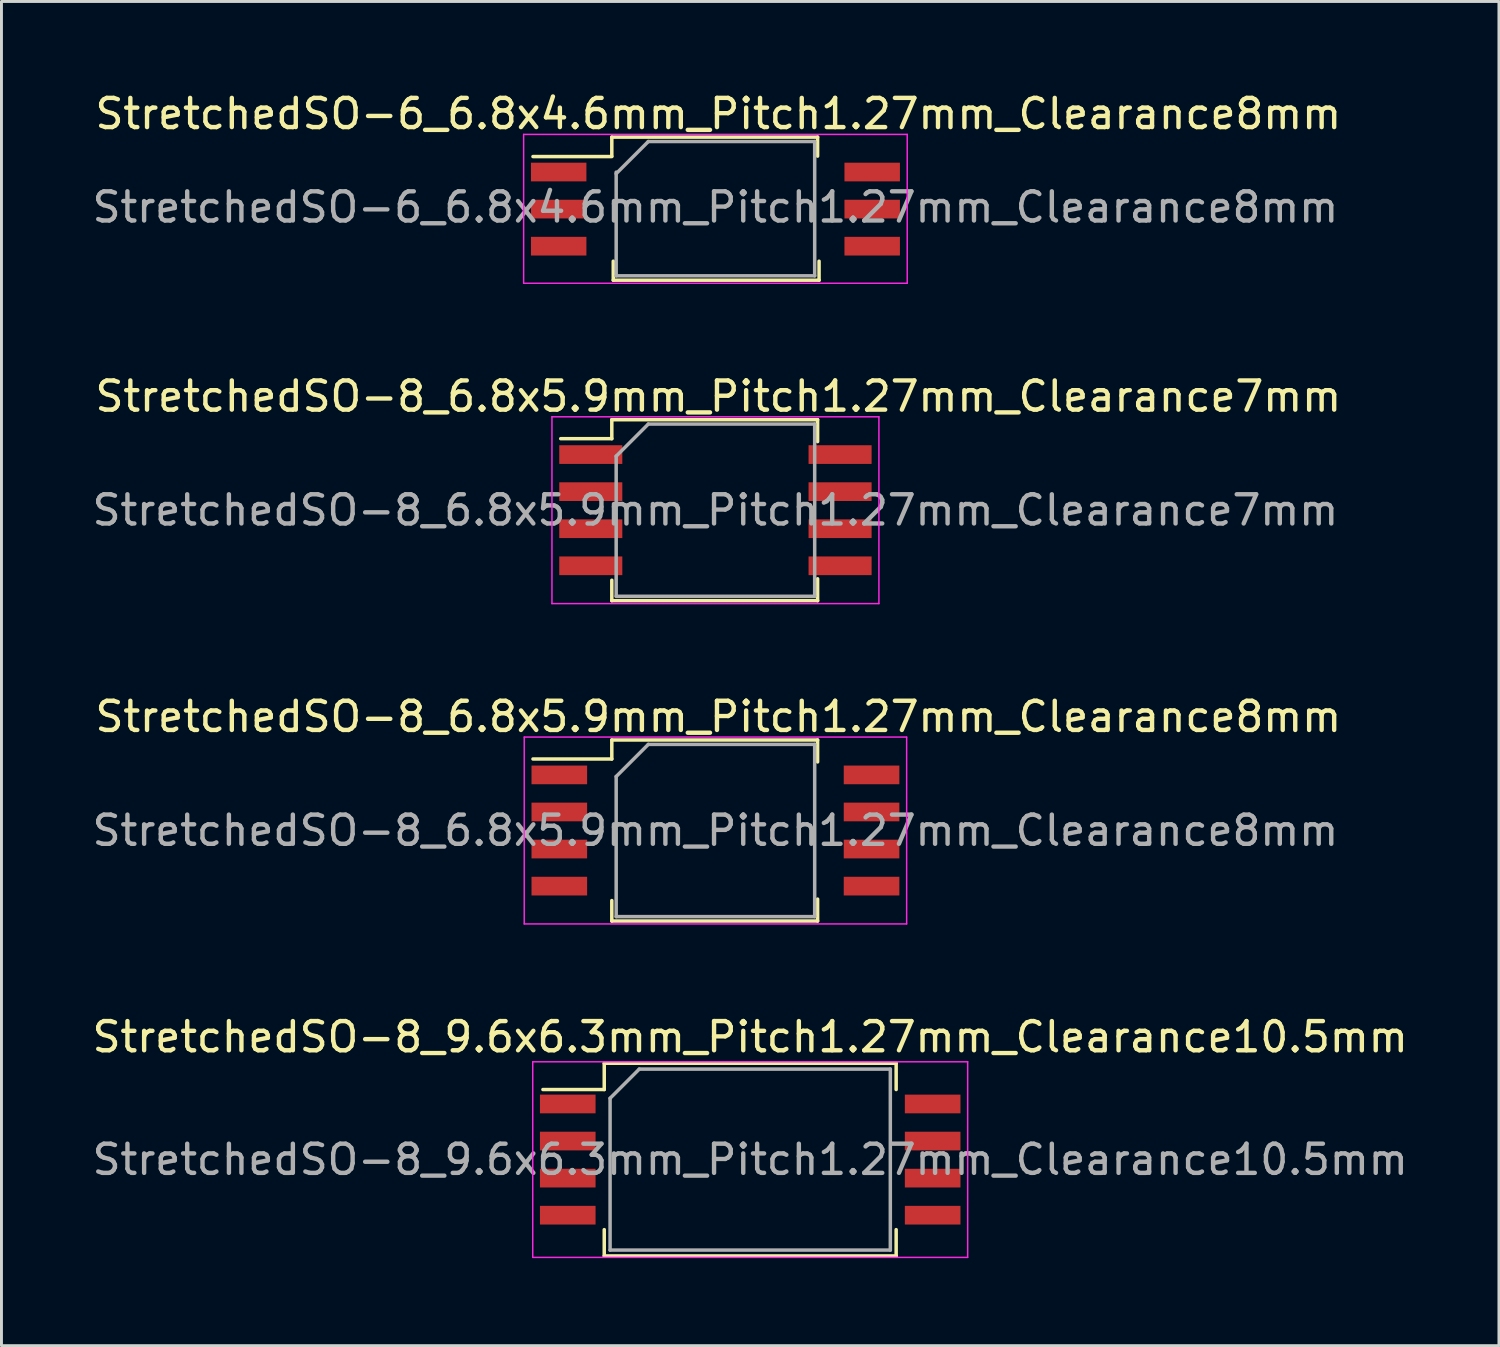
<source format=kicad_pcb>
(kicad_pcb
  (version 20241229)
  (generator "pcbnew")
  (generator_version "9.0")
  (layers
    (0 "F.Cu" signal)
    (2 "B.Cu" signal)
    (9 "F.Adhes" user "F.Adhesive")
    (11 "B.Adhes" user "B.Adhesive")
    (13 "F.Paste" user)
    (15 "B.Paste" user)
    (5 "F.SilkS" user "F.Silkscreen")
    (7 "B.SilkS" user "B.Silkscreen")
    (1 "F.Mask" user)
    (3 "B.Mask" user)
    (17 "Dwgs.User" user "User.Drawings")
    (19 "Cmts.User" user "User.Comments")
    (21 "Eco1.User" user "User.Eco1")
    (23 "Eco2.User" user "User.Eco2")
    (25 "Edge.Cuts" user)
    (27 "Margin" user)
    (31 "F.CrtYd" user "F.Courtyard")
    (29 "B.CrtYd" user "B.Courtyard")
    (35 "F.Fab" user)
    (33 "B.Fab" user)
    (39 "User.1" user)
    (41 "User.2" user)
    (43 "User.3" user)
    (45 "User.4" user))
  (footprint "StretchedSO-8_9.6x6.3mm_Pitch1.27mm_Clearance10.5mm"
    (layer "F.Cu")
    (at 22.649 36.673)
    (property "Reference" "StretchedSO-8_9.6x6.3mm_Pitch1.27mm_Clearance10.5mm" (at 0 -4.2 0) (layer "F.SilkS") (effects (font (size 1 1) (thickness 0.15))))
    (attr smd)
    (fp_line (start -7.1 -2.4) (end -5 -2.4) (stroke (width 0.12) (type solid)) (layer "F.SilkS"))
    (fp_line (start -5 -3.3) (end 5 -3.3) (stroke (width 0.12) (type solid)) (layer "F.SilkS"))
    (fp_line (start -5 -2.4) (end -5 -3.3) (stroke (width 0.12) (type solid)) (layer "F.SilkS"))
    (fp_line (start -5 3.3) (end -5 2.4) (stroke (width 0.12) (type solid)) (layer "F.SilkS"))
    (fp_line (start 5 -3.3) (end 5 -2.4) (stroke (width 0.12) (type solid)) (layer "F.SilkS"))
    (fp_line (start 5 2.4) (end 5 3.3) (stroke (width 0.12) (type solid)) (layer "F.SilkS"))
    (fp_line (start 5 3.3) (end -5 3.3) (stroke (width 0.12) (type solid)) (layer "F.SilkS"))
    (fp_line (start -7.45 -3.35) (end -7.45 3.35) (stroke (width 0.05) (type solid)) (layer "F.CrtYd"))
    (fp_line (start -7.45 -3.35) (end 7.45 -3.35) (stroke (width 0.05) (type solid)) (layer "F.CrtYd"))
    (fp_line (start 7.45 3.35) (end -7.45 3.35) (stroke (width 0.05) (type solid)) (layer "F.CrtYd"))
    (fp_line (start 7.45 3.35) (end 7.45 -3.35) (stroke (width 0.05) (type solid)) (layer "F.CrtYd"))
    (fp_line (start -4.8 -2.1) (end -4.8 3.1) (stroke (width 0.12) (type solid)) (layer "F.Fab"))
    (fp_line (start -4.8 3.1) (end 4.8 3.1) (stroke (width 0.12) (type solid)) (layer "F.Fab"))
    (fp_line (start -3.8 -3.1) (end -4.8 -2.1) (stroke (width 0.12) (type solid)) (layer "F.Fab"))
    (fp_line (start 4.8 -3.1) (end -3.8 -3.1) (stroke (width 0.12) (type solid)) (layer "F.Fab"))
    (fp_line (start 4.8 3.1) (end 4.8 -3.1) (stroke (width 0.12) (type solid)) (layer "F.Fab"))
    (fp_text user "${REFERENCE}" (at 0 0 0) (layer "F.Fab") (effects (font (size 1 1) (thickness 0.15))))
    (pad "1" smd rect (at -6.25 -1.905) (size 1.905 0.64) (layers "F.Cu" "F.Mask" "F.Paste"))
    (pad "2" smd rect (at -6.25 -0.635) (size 1.905 0.64) (layers "F.Cu" "F.Mask" "F.Paste"))
    (pad "3" smd rect (at -6.25 0.635) (size 1.905 0.64) (layers "F.Cu" "F.Mask" "F.Paste"))
    (pad "4" smd rect (at -6.25 1.905) (size 1.905 0.64) (layers "F.Cu" "F.Mask" "F.Paste"))
    (pad "5" smd rect (at 6.25 1.905) (size 1.905 0.64) (layers "F.Cu" "F.Mask" "F.Paste"))
    (pad "6" smd rect (at 6.25 0.635) (size 1.905 0.64) (layers "F.Cu" "F.Mask" "F.Paste"))
    (pad "7" smd rect (at 6.25 -0.635) (size 1.905 0.64) (layers "F.Cu" "F.Mask" "F.Paste"))
    (pad "8" smd rect (at 6.25 -1.905) (size 1.905 0.64) (layers "F.Cu" "F.Mask" "F.Paste")))
  (footprint "StretchedSO-8_6.8x5.9mm_Pitch1.27mm_Clearance7mm"
    (layer "F.Cu")
    (at 21.458 14.427)
    (property "Reference" "StretchedSO-8_6.8x5.9mm_Pitch1.27mm_Clearance7mm" (at 0.1 -3.9 0) (layer "F.SilkS") (effects (font (size 1 1) (thickness 0.15))))
    (attr smd)
    (fp_line (start -3.55 -3.1) (end -3.55 -2.45) (stroke (width 0.12) (type solid)) (layer "F.SilkS"))
    (fp_line (start -3.55 -2.45) (end -5.3 -2.45) (stroke (width 0.12) (type solid)) (layer "F.SilkS"))
    (fp_line (start -3.55 2.4) (end -3.55 3.1) (stroke (width 0.12) (type solid)) (layer "F.SilkS"))
    (fp_line (start -3.55 3.1) (end 3.5 3.1) (stroke (width 0.12) (type solid)) (layer "F.SilkS"))
    (fp_line (start 3.5 -3.1) (end -3.55 -3.1) (stroke (width 0.12) (type solid)) (layer "F.SilkS"))
    (fp_line (start 3.5 -2.35) (end 3.5 -3.1) (stroke (width 0.12) (type solid)) (layer "F.SilkS"))
    (fp_line (start 3.5 3.1) (end 3.5 2.35) (stroke (width 0.12) (type solid)) (layer "F.SilkS"))
    (fp_line (start -5.6 -3.2) (end -5.6 3.2) (stroke (width 0.05) (type solid)) (layer "F.CrtYd"))
    (fp_line (start -5.6 -3.2) (end 5.6 -3.2) (stroke (width 0.05) (type solid)) (layer "F.CrtYd"))
    (fp_line (start 5.6 3.2) (end -5.6 3.2) (stroke (width 0.05) (type solid)) (layer "F.CrtYd"))
    (fp_line (start 5.6 3.2) (end 5.6 -3.2) (stroke (width 0.05) (type solid)) (layer "F.CrtYd"))
    (fp_line (start -3.4 -1.85) (end -3.4 2.95) (stroke (width 0.12) (type solid)) (layer "F.Fab"))
    (fp_line (start -3.4 2.95) (end 3.4 2.95) (stroke (width 0.12) (type solid)) (layer "F.Fab"))
    (fp_line (start -2.3 -2.95) (end -3.4 -1.85) (stroke (width 0.12) (type solid)) (layer "F.Fab"))
    (fp_line (start 3.4 -2.95) (end -2.3 -2.95) (stroke (width 0.12) (type solid)) (layer "F.Fab"))
    (fp_line (start 3.4 2.95) (end 3.4 -2.95) (stroke (width 0.12) (type solid)) (layer "F.Fab"))
    (fp_text user "${REFERENCE}" (at 0 0 0) (layer "F.Fab") (effects (font (size 1 1) (thickness 0.15))))
    (pad "1" smd rect (at -4.27 -1.905) (size 2.16 0.64) (layers "F.Cu" "F.Mask" "F.Paste"))
    (pad "2" smd rect (at -4.27 -0.635) (size 2.16 0.64) (layers "F.Cu" "F.Mask" "F.Paste"))
    (pad "3" smd rect (at -4.27 0.635) (size 2.16 0.64) (layers "F.Cu" "F.Mask" "F.Paste"))
    (pad "4" smd rect (at -4.27 1.905) (size 2.16 0.64) (layers "F.Cu" "F.Mask" "F.Paste"))
    (pad "5" smd rect (at 4.27 1.905) (size 2.16 0.64) (layers "F.Cu" "F.Mask" "F.Paste"))
    (pad "6" smd rect (at 4.27 0.635) (size 2.16 0.64) (layers "F.Cu" "F.Mask" "F.Paste"))
    (pad "7" smd rect (at 4.27 -0.635) (size 2.16 0.64) (layers "F.Cu" "F.Mask" "F.Paste"))
    (pad "8" smd rect (at 4.27 -1.905) (size 2.16 0.64) (layers "F.Cu" "F.Mask" "F.Paste")))
  (footprint "StretchedSO-6_6.8x4.6mm_Pitch1.27mm_Clearance8mm"
    (layer "F.Cu")
    (at 21.458 4.113)
    (property "Reference" "StretchedSO-6_6.8x4.6mm_Pitch1.27mm_Clearance8mm" (at 0.1 -3.265 0) (layer "F.SilkS") (effects (font (size 1 1) (thickness 0.15))))
    (attr smd)
    (fp_line (start -3.55 -2.465) (end -3.55 -1.815) (stroke (width 0.12) (type solid)) (layer "F.SilkS"))
    (fp_line (start -3.55 -1.8) (end -6.25 -1.8) (stroke (width 0.12) (type solid)) (layer "F.SilkS"))
    (fp_line (start -3.5 1.785) (end -3.5 2.435) (stroke (width 0.12) (type solid)) (layer "F.SilkS"))
    (fp_line (start -3.5 2.435) (end 3.55 2.435) (stroke (width 0.12) (type solid)) (layer "F.SilkS"))
    (fp_line (start 3.5 -2.465) (end -3.55 -2.465) (stroke (width 0.12) (type solid)) (layer "F.SilkS"))
    (fp_line (start 3.5 -2.465) (end 3.5 -1.815) (stroke (width 0.12) (type solid)) (layer "F.SilkS"))
    (fp_line (start 3.55 1.785) (end 3.55 2.435) (stroke (width 0.12) (type solid)) (layer "F.SilkS"))
    (fp_line (start -6.57 -2.56) (end -6.57 2.54) (stroke (width 0.05) (type solid)) (layer "F.CrtYd"))
    (fp_line (start -6.57 -2.56) (end 6.57 -2.56) (stroke (width 0.05) (type solid)) (layer "F.CrtYd"))
    (fp_line (start 6.57 2.54) (end -6.57 2.54) (stroke (width 0.05) (type solid)) (layer "F.CrtYd"))
    (fp_line (start 6.57 2.54) (end 6.57 -2.56) (stroke (width 0.05) (type solid)) (layer "F.CrtYd"))
    (fp_line (start -3.4 2.285) (end -3.4 -1.265) (stroke (width 0.12) (type solid)) (layer "F.Fab"))
    (fp_line (start -2.3 -2.315) (end -3.4 -1.215) (stroke (width 0.12) (type solid)) (layer "F.Fab"))
    (fp_line (start 3.4 -2.315) (end -2.3 -2.315) (stroke (width 0.12) (type solid)) (layer "F.Fab"))
    (fp_line (start 3.4 -2.315) (end 3.4 2.285) (stroke (width 0.12) (type solid)) (layer "F.Fab"))
    (fp_line (start 3.4 2.285) (end -3.4 2.285) (stroke (width 0.12) (type solid)) (layer "F.Fab"))
    (fp_text user "${REFERENCE}" (at 0 -0.065 0) (layer "F.Fab") (effects (font (size 1 1) (thickness 0.15))))
    (pad "1" smd rect (at -5.37 -1.27) (size 1.9 0.64) (layers "F.Cu" "F.Mask" "F.Paste"))
    (pad "2" smd rect (at -5.37 0) (size 1.9 0.64) (layers "F.Cu" "F.Mask" "F.Paste"))
    (pad "3" smd rect (at -5.37 1.27) (size 1.9 0.64) (layers "F.Cu" "F.Mask" "F.Paste"))
    (pad "4" smd rect (at 5.37 1.27) (size 1.9 0.64) (layers "F.Cu" "F.Mask" "F.Paste"))
    (pad "5" smd rect (at 5.37 0) (size 1.9 0.64) (layers "F.Cu" "F.Mask" "F.Paste"))
    (pad "6" smd rect (at 5.37 -1.27) (size 1.9 0.64) (layers "F.Cu" "F.Mask" "F.Paste")))
  (footprint "StretchedSO-8_6.8x5.9mm_Pitch1.27mm_Clearance8mm"
    (layer "F.Cu")
    (at 21.458 25.4)
    (property "Reference" "StretchedSO-8_6.8x5.9mm_Pitch1.27mm_Clearance8mm" (at 0.1 -3.9 0) (layer "F.SilkS") (effects (font (size 1 1) (thickness 0.15))))
    (attr smd)
    (fp_line (start -3.55 -3.1) (end -3.55 -2.45) (stroke (width 0.12) (type solid)) (layer "F.SilkS"))
    (fp_line (start -3.55 -2.45) (end -6.25 -2.45) (stroke (width 0.12) (type solid)) (layer "F.SilkS"))
    (fp_line (start -3.55 2.4) (end -3.55 3.1) (stroke (width 0.12) (type solid)) (layer "F.SilkS"))
    (fp_line (start -3.55 3.1) (end 3.5 3.1) (stroke (width 0.12) (type solid)) (layer "F.SilkS"))
    (fp_line (start 3.5 -3.1) (end -3.55 -3.1) (stroke (width 0.12) (type solid)) (layer "F.SilkS"))
    (fp_line (start 3.5 -2.35) (end 3.5 -3.1) (stroke (width 0.12) (type solid)) (layer "F.SilkS"))
    (fp_line (start 3.5 3.1) (end 3.5 2.35) (stroke (width 0.12) (type solid)) (layer "F.SilkS"))
    (fp_line (start -6.55 -3.2) (end -6.55 3.2) (stroke (width 0.05) (type solid)) (layer "F.CrtYd"))
    (fp_line (start -6.55 -3.2) (end 6.55 -3.2) (stroke (width 0.05) (type solid)) (layer "F.CrtYd"))
    (fp_line (start 6.55 3.2) (end -6.55 3.2) (stroke (width 0.05) (type solid)) (layer "F.CrtYd"))
    (fp_line (start 6.55 3.2) (end 6.55 -3.2) (stroke (width 0.05) (type solid)) (layer "F.CrtYd"))
    (fp_line (start -3.4 -1.85) (end -3.4 2.95) (stroke (width 0.12) (type solid)) (layer "F.Fab"))
    (fp_line (start -3.4 2.95) (end 3.4 2.95) (stroke (width 0.12) (type solid)) (layer "F.Fab"))
    (fp_line (start -2.3 -2.95) (end -3.4 -1.85) (stroke (width 0.12) (type solid)) (layer "F.Fab"))
    (fp_line (start 3.4 -2.95) (end -2.3 -2.95) (stroke (width 0.12) (type solid)) (layer "F.Fab"))
    (fp_line (start 3.4 2.95) (end 3.4 -2.95) (stroke (width 0.12) (type solid)) (layer "F.Fab"))
    (fp_text user "${REFERENCE}" (at 0 0 0) (layer "F.Fab") (effects (font (size 1 1) (thickness 0.15))))
    (pad "1" smd rect (at -5.348 -1.905) (size 1.905 0.64) (layers "F.Cu" "F.Mask" "F.Paste"))
    (pad "2" smd rect (at -5.348 -0.635) (size 1.905 0.64) (layers "F.Cu" "F.Mask" "F.Paste"))
    (pad "3" smd rect (at -5.348 0.635) (size 1.905 0.64) (layers "F.Cu" "F.Mask" "F.Paste"))
    (pad "4" smd rect (at -5.348 1.905) (size 1.905 0.64) (layers "F.Cu" "F.Mask" "F.Paste"))
    (pad "5" smd rect (at 5.348 1.905) (size 1.905 0.64) (layers "F.Cu" "F.Mask" "F.Paste"))
    (pad "6" smd rect (at 5.348 0.635) (size 1.905 0.64) (layers "F.Cu" "F.Mask" "F.Paste"))
    (pad "7" smd rect (at 5.348 -0.635) (size 1.905 0.64) (layers "F.Cu" "F.Mask" "F.Paste"))
    (pad "8" smd rect (at 5.348 -1.905) (size 1.905 0.64) (layers "F.Cu" "F.Mask" "F.Paste")))
  (gr_rect
    (start -3 -3)
    (end 48.298 43.048)
    (stroke (width 0.1) (type default))
    (fill no)
    (layer "Edge.Cuts")))
</source>
